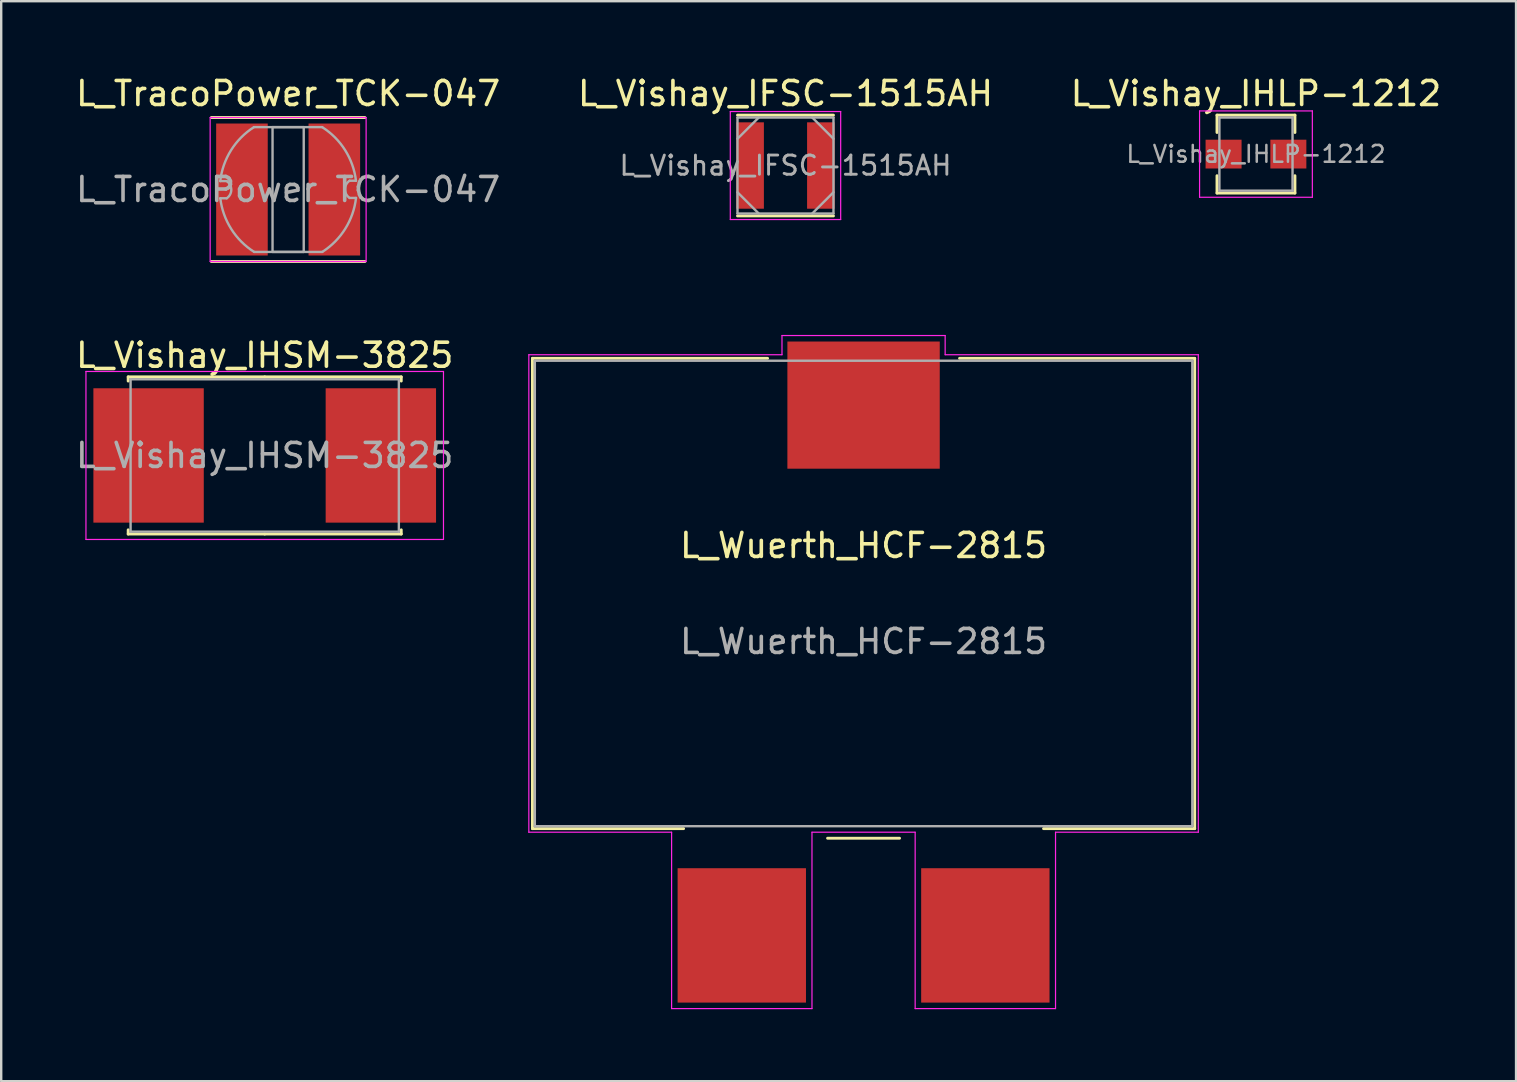
<source format=kicad_pcb>
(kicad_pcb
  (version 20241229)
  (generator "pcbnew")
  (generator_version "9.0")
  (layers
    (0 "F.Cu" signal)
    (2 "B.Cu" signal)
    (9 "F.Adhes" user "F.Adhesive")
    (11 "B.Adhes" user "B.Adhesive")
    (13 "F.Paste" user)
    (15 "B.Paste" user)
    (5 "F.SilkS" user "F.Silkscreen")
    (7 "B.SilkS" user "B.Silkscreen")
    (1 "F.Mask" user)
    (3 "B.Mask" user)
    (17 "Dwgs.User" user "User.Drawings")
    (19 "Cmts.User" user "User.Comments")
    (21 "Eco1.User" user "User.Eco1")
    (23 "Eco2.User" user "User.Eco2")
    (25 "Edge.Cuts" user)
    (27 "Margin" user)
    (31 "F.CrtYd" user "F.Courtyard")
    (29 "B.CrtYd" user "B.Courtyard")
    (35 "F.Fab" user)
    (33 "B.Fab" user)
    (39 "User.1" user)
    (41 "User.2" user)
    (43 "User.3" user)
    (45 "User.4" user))
  (footprint "L_Vishay_IHLP-1212"
    (layer "F.Cu")
    (at 49.292 3.372)
    (property "Reference" "L_Vishay_IHLP-1212" (at 0 -2.524 0) (layer "F.SilkS") (effects (font (size 1 1) (thickness 0.15))))
    (attr smd)
    (fp_line (start -1.624 -1.624) (end 1.624 -1.624) (stroke (width 0.12) (type solid)) (layer "F.SilkS"))
    (fp_line (start -1.624 -0.9) (end -1.624 -1.624) (stroke (width 0.12) (type solid)) (layer "F.SilkS"))
    (fp_line (start -1.624 0.9) (end -1.624 1.624) (stroke (width 0.12) (type solid)) (layer "F.SilkS"))
    (fp_line (start -1.624 1.624) (end 1.624 1.624) (stroke (width 0.12) (type solid)) (layer "F.SilkS"))
    (fp_line (start 1.624 -1.624) (end 1.624 -0.9) (stroke (width 0.12) (type solid)) (layer "F.SilkS"))
    (fp_line (start 1.624 1.624) (end 1.624 0.9) (stroke (width 0.12) (type solid)) (layer "F.SilkS"))
    (fp_line (start -2.35 -1.8) (end -2.35 1.8) (stroke (width 0.05) (type solid)) (layer "F.CrtYd"))
    (fp_line (start -2.35 1.8) (end 2.35 1.8) (stroke (width 0.05) (type solid)) (layer "F.CrtYd"))
    (fp_line (start 2.35 -1.8) (end -2.35 -1.8) (stroke (width 0.05) (type solid)) (layer "F.CrtYd"))
    (fp_line (start 2.35 1.8) (end 2.35 -1.8) (stroke (width 0.05) (type solid)) (layer "F.CrtYd"))
    (fp_line (start -1.524 -1.524) (end -1.524 1.524) (stroke (width 0.1) (type solid)) (layer "F.Fab"))
    (fp_line (start -1.524 1.524) (end 1.524 1.524) (stroke (width 0.1) (type solid)) (layer "F.Fab"))
    (fp_line (start 1.524 -1.524) (end -1.524 -1.524) (stroke (width 0.1) (type solid)) (layer "F.Fab"))
    (fp_line (start 1.524 1.524) (end 1.524 -1.524) (stroke (width 0.1) (type solid)) (layer "F.Fab"))
    (fp_text user "${REFERENCE}" (at 0 0 0) (layer "F.Fab") (effects (font (size 0.7 0.7) (thickness 0.105))))
    (pad "1" smd rect (at -1.35 0) (size 1.5 1.2) (layers "F.Cu" "F.Mask" "F.Paste"))
    (pad "2" smd rect (at 1.35 0) (size 1.5 1.2) (layers "F.Cu" "F.Mask" "F.Paste")))
  (footprint "L_TracoPower_TCK-047"
    (layer "F.Cu")
    (at 8.958 4.848)
    (property "Reference" "L_TracoPower_TCK-047" (at 0 -4 0) (layer "F.SilkS") (effects (font (size 1 1) (thickness 0.15))))
    (attr smd)
    (fp_line (start -3.2 3) (end 3.2 3) (stroke (width 0.12) (type solid)) (layer "F.SilkS"))
    (fp_line (start 3.2 -3) (end -3.2 -3) (stroke (width 0.12) (type solid)) (layer "F.SilkS"))
    (fp_line (start -3.25 -3) (end -3.25 3) (stroke (width 0.05) (type solid)) (layer "F.CrtYd"))
    (fp_line (start -3.25 -3) (end 3.25 -3) (stroke (width 0.05) (type solid)) (layer "F.CrtYd"))
    (fp_line (start 3.25 3) (end -3.25 3) (stroke (width 0.05) (type solid)) (layer "F.CrtYd"))
    (fp_line (start 3.25 3) (end 3.25 -3) (stroke (width 0.05) (type solid)) (layer "F.CrtYd"))
    (fp_line (start -2.562 -0.351) (end -2.829 -0.351) (stroke (width 0.1) (type solid)) (layer "F.Fab"))
    (fp_line (start -2.561 0.366) (end -2.827 0.366) (stroke (width 0.1) (type solid)) (layer "F.Fab"))
    (fp_line (start -1.424 -2.6) (end 1.418 -2.6) (stroke (width 0.1) (type solid)) (layer "F.Fab"))
    (fp_line (start -1.418 2.6) (end 1.424 2.6) (stroke (width 0.1) (type solid)) (layer "F.Fab"))
    (fp_line (start -0.65 -2.6) (end 0.65 -2.6) (stroke (width 0.1) (type solid)) (layer "F.Fab"))
    (fp_line (start -0.65 2.6) (end -0.65 -2.6) (stroke (width 0.1) (type solid)) (layer "F.Fab"))
    (fp_line (start 0.65 -2.6) (end 0.65 2.6) (stroke (width 0.1) (type solid)) (layer "F.Fab"))
    (fp_line (start 0.65 2.6) (end -0.65 2.6) (stroke (width 0.1) (type solid)) (layer "F.Fab"))
    (fp_line (start 2.561 -0.366) (end 2.827 -0.366) (stroke (width 0.1) (type solid)) (layer "F.Fab"))
    (fp_line (start 2.562 0.351) (end 2.829 0.351) (stroke (width 0.1) (type solid)) (layer "F.Fab"))
    (fp_arc (start -2.829095 -0.350895) (mid -2.381111 -1.634274) (end -1.424487 -2.599997) (stroke (width 0.1) (type solid)) (layer "F.Fab"))
    (fp_arc (start -2.562036 -0.350896) (mid -2.369052 0.00741) (end -2.560832 0.366361) (stroke (width 0.1) (type solid)) (layer "F.Fab"))
    (fp_arc (start -1.417765 2.599996) (mid -2.373709 1.641789) (end -2.82678 0.366361) (stroke (width 0.1) (type solid)) (layer "F.Fab"))
    (fp_arc (start 1.417765 -2.599996) (mid 2.373709 -1.641789) (end 2.82678 -0.366361) (stroke (width 0.1) (type solid)) (layer "F.Fab"))
    (fp_arc (start 2.562036 0.350896) (mid 2.369052 -0.00741) (end 2.560832 -0.366361) (stroke (width 0.1) (type solid)) (layer "F.Fab"))
    (fp_arc (start 2.829095 0.350895) (mid 2.381111 1.634274) (end 1.424487 2.599997) (stroke (width 0.1) (type solid)) (layer "F.Fab"))
    (fp_text user "${REFERENCE}" (at 0 0 0) (layer "F.Fab") (effects (font (size 1 1) (thickness 0.15))))
    (pad "1" smd rect (at -1.925 0 90) (size 5.5 2.15) (layers "F.Cu" "F.Mask" "F.Paste"))
    (pad "2" smd rect (at 1.925 0 90) (size 5.5 2.15) (layers "F.Cu" "F.Mask" "F.Paste")))
  (footprint "L_Vishay_IHSM-3825"
    (layer "F.Cu")
    (at 7.982 15.931)
    (property "Reference" "L_Vishay_IHSM-3825" (at 0 -4.175 0) (layer "F.SilkS") (effects (font (size 1 1) (thickness 0.15))))
    (attr smd)
    (fp_line (start -5.69 -3.275) (end 0 -3.275) (stroke (width 0.12) (type solid)) (layer "F.SilkS"))
    (fp_line (start -5.69 -3.1) (end -5.69 -3.275) (stroke (width 0.12) (type solid)) (layer "F.SilkS"))
    (fp_line (start -5.69 3.1) (end -5.69 3.275) (stroke (width 0.12) (type solid)) (layer "F.SilkS"))
    (fp_line (start -5.69 3.275) (end 0 3.275) (stroke (width 0.12) (type solid)) (layer "F.SilkS"))
    (fp_line (start 5.69 -3.275) (end 0 -3.275) (stroke (width 0.12) (type solid)) (layer "F.SilkS"))
    (fp_line (start 5.69 -3.1) (end 5.69 -3.275) (stroke (width 0.12) (type solid)) (layer "F.SilkS"))
    (fp_line (start 5.69 3.1) (end 5.69 3.275) (stroke (width 0.12) (type solid)) (layer "F.SilkS"))
    (fp_line (start 5.69 3.275) (end 0 3.275) (stroke (width 0.12) (type solid)) (layer "F.SilkS"))
    (fp_line (start -7.45 -3.5) (end -7.45 3.5) (stroke (width 0.05) (type solid)) (layer "F.CrtYd"))
    (fp_line (start -7.45 3.5) (end 7.45 3.5) (stroke (width 0.05) (type solid)) (layer "F.CrtYd"))
    (fp_line (start 7.45 -3.5) (end -7.45 -3.5) (stroke (width 0.05) (type solid)) (layer "F.CrtYd"))
    (fp_line (start 7.45 3.5) (end 7.45 -3.5) (stroke (width 0.05) (type solid)) (layer "F.CrtYd"))
    (fp_line (start -5.59 -3.175) (end -5.59 3.175) (stroke (width 0.1) (type solid)) (layer "F.Fab"))
    (fp_line (start -5.59 3.175) (end 5.59 3.175) (stroke (width 0.1) (type solid)) (layer "F.Fab"))
    (fp_line (start 5.59 -3.175) (end -5.59 -3.175) (stroke (width 0.1) (type solid)) (layer "F.Fab"))
    (fp_line (start 5.59 3.175) (end 5.59 -3.175) (stroke (width 0.1) (type solid)) (layer "F.Fab"))
    (fp_text user "${REFERENCE}" (at 0 0 0) (layer "F.Fab") (effects (font (size 1 1) (thickness 0.15))))
    (pad "1" smd rect (at -4.84 0) (size 4.6 5.6) (layers "F.Cu" "F.Mask" "F.Paste"))
    (pad "2" smd rect (at 4.84 0) (size 4.6 5.6) (layers "F.Cu" "F.Mask" "F.Paste")))
  (footprint "L_Vishay_IFSC-1515AH"
    (layer "F.Cu")
    (at 29.685 3.848)
    (property "Reference" "L_Vishay_IFSC-1515AH" (at 0 -3 0) (layer "F.SilkS") (effects (font (size 1 1) (thickness 0.15))))
    (attr smd)
    (fp_line (start -2 -2.1) (end 2 -2.1) (stroke (width 0.12) (type solid)) (layer "F.SilkS"))
    (fp_line (start 2 2.1) (end -2 2.1) (stroke (width 0.12) (type solid)) (layer "F.SilkS"))
    (fp_line (start -2.3 -2.25) (end 2.3 -2.25) (stroke (width 0.05) (type solid)) (layer "F.CrtYd"))
    (fp_line (start -2.3 2.25) (end -2.3 -2.25) (stroke (width 0.05) (type solid)) (layer "F.CrtYd"))
    (fp_line (start 2.3 -2.25) (end 2.3 2.25) (stroke (width 0.05) (type solid)) (layer "F.CrtYd"))
    (fp_line (start 2.3 2.25) (end -2.3 2.25) (stroke (width 0.05) (type solid)) (layer "F.CrtYd"))
    (fp_line (start -2 -2) (end 2 -2) (stroke (width 0.1) (type solid)) (layer "F.Fab"))
    (fp_line (start -2 -1.115) (end -1.115 -2) (stroke (width 0.1) (type solid)) (layer "F.Fab"))
    (fp_line (start -2 2) (end -2 -2) (stroke (width 0.1) (type solid)) (layer "F.Fab"))
    (fp_line (start -1.115 2) (end -2 1.115) (stroke (width 0.1) (type solid)) (layer "F.Fab"))
    (fp_line (start 1.115 -2) (end 2 -1.115) (stroke (width 0.1) (type solid)) (layer "F.Fab"))
    (fp_line (start 2 -2) (end 2 2) (stroke (width 0.1) (type solid)) (layer "F.Fab"))
    (fp_line (start 2 1.115) (end 1.115 2) (stroke (width 0.1) (type solid)) (layer "F.Fab"))
    (fp_line (start 2 2) (end -2 2) (stroke (width 0.1) (type solid)) (layer "F.Fab"))
    (fp_text user "${REFERENCE}" (at 0 0 0) (layer "F.Fab") (effects (font (size 0.8 0.8) (thickness 0.12))))
    (pad "1" smd rect (at -1.475 0) (size 1.15 3.6) (layers "F.Cu" "F.Mask" "F.Paste"))
    (pad "2" smd rect (at 1.475 0) (size 1.15 3.6) (layers "F.Cu" "F.Mask" "F.Paste")))
  (footprint "L_Wuerth_HCF-2815"
    (layer "F.Cu")
    (at 32.939 21.683)
    (property "Reference" "L_Wuerth_HCF-2815" (at 0 -2 0) (layer "F.SilkS") (effects (font (size 1 1) (thickness 0.15))))
    (attr smd)
    (fp_line (start -13.8 -9.8) (end -4 -9.8) (stroke (width 0.12) (type solid)) (layer "F.SilkS"))
    (fp_line (start -13.8 9.8) (end -13.8 -9.8) (stroke (width 0.12) (type solid)) (layer "F.SilkS"))
    (fp_line (start -7.5 9.8) (end -13.8 9.8) (stroke (width 0.12) (type solid)) (layer "F.SilkS"))
    (fp_line (start 1.5 10.2) (end -1.5 10.2) (stroke (width 0.12) (type solid)) (layer "F.SilkS"))
    (fp_line (start 4 -9.8) (end 13.8 -9.8) (stroke (width 0.12) (type solid)) (layer "F.SilkS"))
    (fp_line (start 13.8 -9.8) (end 13.8 9.8) (stroke (width 0.12) (type solid)) (layer "F.SilkS"))
    (fp_line (start 13.8 9.8) (end 7.5 9.8) (stroke (width 0.12) (type solid)) (layer "F.SilkS"))
    (fp_line (start -13.95 -9.95) (end -3.4 -9.95) (stroke (width 0.05) (type solid)) (layer "F.CrtYd"))
    (fp_line (start -13.95 9.95) (end -13.95 -9.95) (stroke (width 0.05) (type solid)) (layer "F.CrtYd"))
    (fp_line (start -8 9.95) (end -13.95 9.95) (stroke (width 0.05) (type solid)) (layer "F.CrtYd"))
    (fp_line (start -8 17.3) (end -8 9.95) (stroke (width 0.05) (type solid)) (layer "F.CrtYd"))
    (fp_line (start -3.4 -10.75) (end 3.4 -10.75) (stroke (width 0.05) (type solid)) (layer "F.CrtYd"))
    (fp_line (start -3.4 -9.95) (end -3.4 -10.75) (stroke (width 0.05) (type solid)) (layer "F.CrtYd"))
    (fp_line (start -2.15 9.95) (end -2.15 17.3) (stroke (width 0.05) (type solid)) (layer "F.CrtYd"))
    (fp_line (start -2.15 17.3) (end -8 17.3) (stroke (width 0.05) (type solid)) (layer "F.CrtYd"))
    (fp_line (start 2.15 9.95) (end -2.15 9.95) (stroke (width 0.05) (type solid)) (layer "F.CrtYd"))
    (fp_line (start 2.15 17.3) (end 2.15 9.95) (stroke (width 0.05) (type solid)) (layer "F.CrtYd"))
    (fp_line (start 3.4 -10.75) (end 3.4 -9.95) (stroke (width 0.05) (type solid)) (layer "F.CrtYd"))
    (fp_line (start 3.4 -9.95) (end 13.95 -9.95) (stroke (width 0.05) (type solid)) (layer "F.CrtYd"))
    (fp_line (start 8 9.95) (end 8 17.3) (stroke (width 0.05) (type solid)) (layer "F.CrtYd"))
    (fp_line (start 8 17.3) (end 2.15 17.3) (stroke (width 0.05) (type solid)) (layer "F.CrtYd"))
    (fp_line (start 13.95 -9.95) (end 13.95 9.95) (stroke (width 0.05) (type solid)) (layer "F.CrtYd"))
    (fp_line (start 13.95 9.95) (end 8 9.95) (stroke (width 0.05) (type solid)) (layer "F.CrtYd"))
    (fp_line (start -13.7 -9.7) (end 13.7 -9.7) (stroke (width 0.1) (type solid)) (layer "F.Fab"))
    (fp_line (start -13.7 9.7) (end -13.7 -9.7) (stroke (width 0.1) (type solid)) (layer "F.Fab"))
    (fp_line (start 13.7 -9.7) (end 13.7 9.7) (stroke (width 0.1) (type solid)) (layer "F.Fab"))
    (fp_line (start 13.7 9.7) (end -13.7 9.7) (stroke (width 0.1) (type solid)) (layer "F.Fab"))
    (fp_text user "${REFERENCE}" (at 0 2 0) (layer "F.Fab") (effects (font (size 1 1) (thickness 0.15))))
    (pad "" smd rect (at 0 -7.85) (size 6.35 5.3) (layers "F.Cu" "F.Mask" "F.Paste"))
    (pad "1" smd rect (at -5.075 14.25) (size 5.35 5.6) (layers "F.Cu" "F.Mask" "F.Paste"))
    (pad "2" smd rect (at 5.075 14.25) (size 5.35 5.6) (layers "F.Cu" "F.Mask" "F.Paste")))
  (gr_rect
    (start -3 -3)
    (end 60.131 42.008)
    (stroke (width 0.1) (type default))
    (fill no)
    (layer "Edge.Cuts")))
</source>
